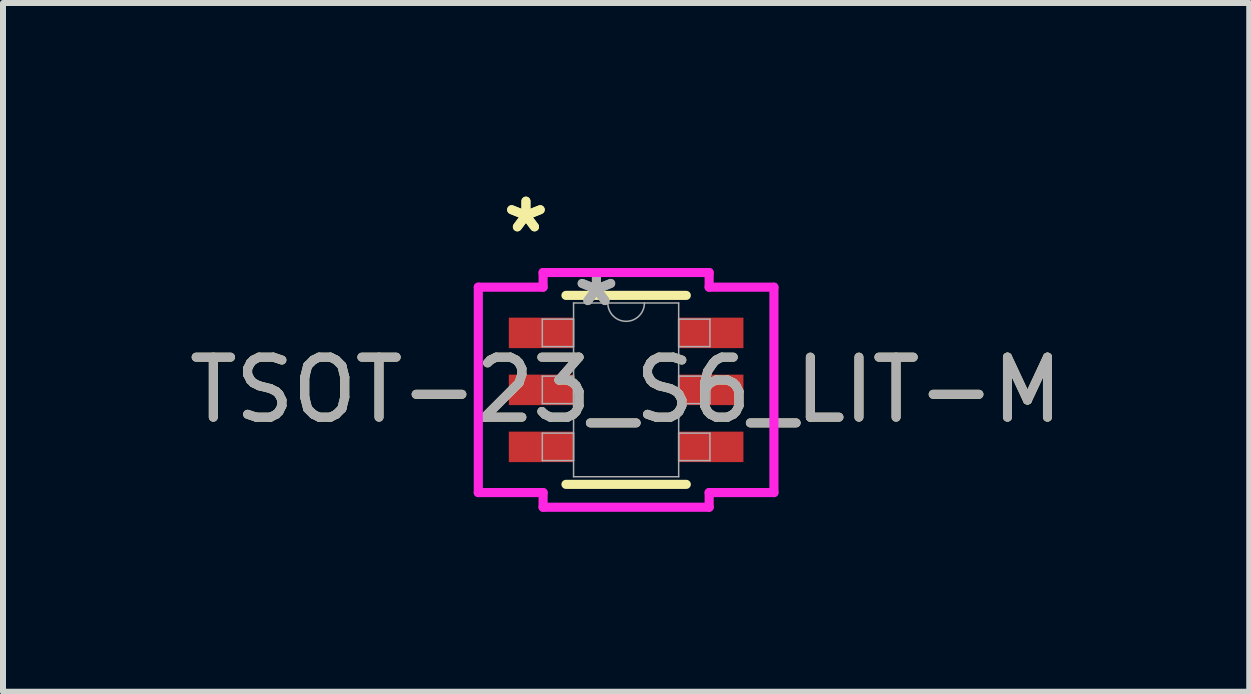
<source format=kicad_pcb>
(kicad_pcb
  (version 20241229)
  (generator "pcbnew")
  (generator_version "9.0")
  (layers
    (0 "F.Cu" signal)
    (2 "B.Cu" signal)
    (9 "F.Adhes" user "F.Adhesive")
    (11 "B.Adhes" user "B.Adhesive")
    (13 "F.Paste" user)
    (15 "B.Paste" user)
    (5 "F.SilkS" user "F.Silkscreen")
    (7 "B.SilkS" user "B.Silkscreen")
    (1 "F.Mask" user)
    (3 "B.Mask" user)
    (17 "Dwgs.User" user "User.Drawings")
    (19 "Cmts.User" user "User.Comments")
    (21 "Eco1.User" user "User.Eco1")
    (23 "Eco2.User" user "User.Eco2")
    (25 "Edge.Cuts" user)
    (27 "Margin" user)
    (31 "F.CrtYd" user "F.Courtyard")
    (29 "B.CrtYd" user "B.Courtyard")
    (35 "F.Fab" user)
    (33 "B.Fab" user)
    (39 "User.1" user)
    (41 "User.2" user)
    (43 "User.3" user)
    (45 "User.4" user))
  (footprint "TSOT-23_S6_LIT-M"
    (layer "F.Cu")
    (at 7.387 3.449)
    (property "Reference" "TSOT-23_S6_LIT-M" (at 0 0 0) (unlocked yes) (layer "F.SilkS") (effects (font (size 1 1) (thickness 0.15))))
    (attr smd)
    (fp_line (start -1.003 1.575) (end 1.003 1.575) (stroke (width 0.152) (type solid)) (layer "F.SilkS"))
    (fp_line (start 1.003 -1.575) (end -1.003 -1.575) (stroke (width 0.152) (type solid)) (layer "F.SilkS"))
    (fp_line (start -2.464 -1.712) (end -1.384 -1.712) (stroke (width 0.152) (type solid)) (layer "F.CrtYd"))
    (fp_line (start -2.464 1.712) (end -2.464 -1.712) (stroke (width 0.152) (type solid)) (layer "F.CrtYd"))
    (fp_line (start -2.464 1.712) (end -1.384 1.712) (stroke (width 0.152) (type solid)) (layer "F.CrtYd"))
    (fp_line (start -1.384 -1.956) (end 1.384 -1.956) (stroke (width 0.152) (type solid)) (layer "F.CrtYd"))
    (fp_line (start -1.384 -1.712) (end -1.384 -1.956) (stroke (width 0.152) (type solid)) (layer "F.CrtYd"))
    (fp_line (start -1.384 1.956) (end -1.384 1.712) (stroke (width 0.152) (type solid)) (layer "F.CrtYd"))
    (fp_line (start 1.384 -1.956) (end 1.384 -1.712) (stroke (width 0.152) (type solid)) (layer "F.CrtYd"))
    (fp_line (start 1.384 1.712) (end 1.384 1.956) (stroke (width 0.152) (type solid)) (layer "F.CrtYd"))
    (fp_line (start 1.384 1.956) (end -1.384 1.956) (stroke (width 0.152) (type solid)) (layer "F.CrtYd"))
    (fp_line (start 2.464 -1.712) (end 1.384 -1.712) (stroke (width 0.152) (type solid)) (layer "F.CrtYd"))
    (fp_line (start 2.464 -1.712) (end 2.464 1.712) (stroke (width 0.152) (type solid)) (layer "F.CrtYd"))
    (fp_line (start 2.464 1.712) (end 1.384 1.712) (stroke (width 0.152) (type solid)) (layer "F.CrtYd"))
    (fp_line (start -1.397 -1.179) (end -1.397 -0.721) (stroke (width 0.025) (type solid)) (layer "F.Fab"))
    (fp_line (start -1.397 -0.721) (end -0.876 -0.721) (stroke (width 0.025) (type solid)) (layer "F.Fab"))
    (fp_line (start -1.397 -0.229) (end -1.397 0.229) (stroke (width 0.025) (type solid)) (layer "F.Fab"))
    (fp_line (start -1.397 0.229) (end -0.876 0.229) (stroke (width 0.025) (type solid)) (layer "F.Fab"))
    (fp_line (start -1.397 0.721) (end -1.397 1.179) (stroke (width 0.025) (type solid)) (layer "F.Fab"))
    (fp_line (start -1.397 1.179) (end -0.876 1.179) (stroke (width 0.025) (type solid)) (layer "F.Fab"))
    (fp_line (start -0.876 -1.448) (end -0.876 1.448) (stroke (width 0.025) (type solid)) (layer "F.Fab"))
    (fp_line (start -0.876 -1.179) (end -1.397 -1.179) (stroke (width 0.025) (type solid)) (layer "F.Fab"))
    (fp_line (start -0.876 -0.721) (end -0.876 -1.179) (stroke (width 0.025) (type solid)) (layer "F.Fab"))
    (fp_line (start -0.876 -0.229) (end -1.397 -0.229) (stroke (width 0.025) (type solid)) (layer "F.Fab"))
    (fp_line (start -0.876 0.229) (end -0.876 -0.229) (stroke (width 0.025) (type solid)) (layer "F.Fab"))
    (fp_line (start -0.876 0.721) (end -1.397 0.721) (stroke (width 0.025) (type solid)) (layer "F.Fab"))
    (fp_line (start -0.876 1.179) (end -0.876 0.721) (stroke (width 0.025) (type solid)) (layer "F.Fab"))
    (fp_line (start -0.876 1.448) (end 0.876 1.448) (stroke (width 0.025) (type solid)) (layer "F.Fab"))
    (fp_line (start 0.876 -1.448) (end -0.876 -1.448) (stroke (width 0.025) (type solid)) (layer "F.Fab"))
    (fp_line (start 0.876 -1.179) (end 0.876 -0.721) (stroke (width 0.025) (type solid)) (layer "F.Fab"))
    (fp_line (start 0.876 -0.721) (end 1.397 -0.721) (stroke (width 0.025) (type solid)) (layer "F.Fab"))
    (fp_line (start 0.876 -0.229) (end 0.876 0.229) (stroke (width 0.025) (type solid)) (layer "F.Fab"))
    (fp_line (start 0.876 0.229) (end 1.397 0.229) (stroke (width 0.025) (type solid)) (layer "F.Fab"))
    (fp_line (start 0.876 0.721) (end 0.876 1.179) (stroke (width 0.025) (type solid)) (layer "F.Fab"))
    (fp_line (start 0.876 1.179) (end 1.397 1.179) (stroke (width 0.025) (type solid)) (layer "F.Fab"))
    (fp_line (start 0.876 1.448) (end 0.876 -1.448) (stroke (width 0.025) (type solid)) (layer "F.Fab"))
    (fp_line (start 1.397 -1.179) (end 0.876 -1.179) (stroke (width 0.025) (type solid)) (layer "F.Fab"))
    (fp_line (start 1.397 -0.721) (end 1.397 -1.179) (stroke (width 0.025) (type solid)) (layer "F.Fab"))
    (fp_line (start 1.397 -0.229) (end 0.876 -0.229) (stroke (width 0.025) (type solid)) (layer "F.Fab"))
    (fp_line (start 1.397 0.229) (end 1.397 -0.229) (stroke (width 0.025) (type solid)) (layer "F.Fab"))
    (fp_line (start 1.397 0.721) (end 0.876 0.721) (stroke (width 0.025) (type solid)) (layer "F.Fab"))
    (fp_line (start 1.397 1.179) (end 1.397 0.721) (stroke (width 0.025) (type solid)) (layer "F.Fab"))
    (fp_arc (start 0.3048 -1.4478) (mid 0 -1.143) (end -0.3048 -1.4478) (stroke (width 0.0254) (type solid)) (layer "F.Fab"))
    (fp_text user "*" (at -1.67 -2.601 0) (unlocked yes) (layer "F.SilkS") (effects (font (size 1 1) (thickness 0.15))))
    (fp_text user "*" (at -1.67 -2.601 0) (layer "F.SilkS") (effects (font (size 1 1) (thickness 0.15))))
    (fp_text user "*" (at -0.495 -1.372 0) (layer "F.Fab") (effects (font (size 1 1) (thickness 0.15))))
    (fp_text user "*" (at -0.495 -1.372 0) (unlocked yes) (layer "F.Fab") (effects (font (size 1 1) (thickness 0.15))))
    (fp_text user "${REFERENCE}" (at 0 0 0) (unlocked yes) (layer "F.Fab") (effects (font (size 1 1) (thickness 0.15))))
    (pad "1" smd rect (at -1.416 -0.95) (size 1.079 0.508) (layers "F.Cu" "F.Mask" "F.Paste"))
    (pad "2" smd rect (at -1.416 0) (size 1.079 0.508) (layers "F.Cu" "F.Mask" "F.Paste"))
    (pad "3" smd rect (at -1.416 0.95) (size 1.079 0.508) (layers "F.Cu" "F.Mask" "F.Paste"))
    (pad "4" smd rect (at 1.416 0.95) (size 1.079 0.508) (layers "F.Cu" "F.Mask" "F.Paste"))
    (pad "5" smd rect (at 1.416 0) (size 1.079 0.508) (layers "F.Cu" "F.Mask" "F.Paste"))
    (pad "6" smd rect (at 1.416 -0.95) (size 1.079 0.508) (layers "F.Cu" "F.Mask" "F.Paste")))
  (gr_rect
    (start -3 -3)
    (end 17.774 8.481)
    (stroke (width 0.1) (type default))
    (fill no)
    (layer "Edge.Cuts")))
</source>
